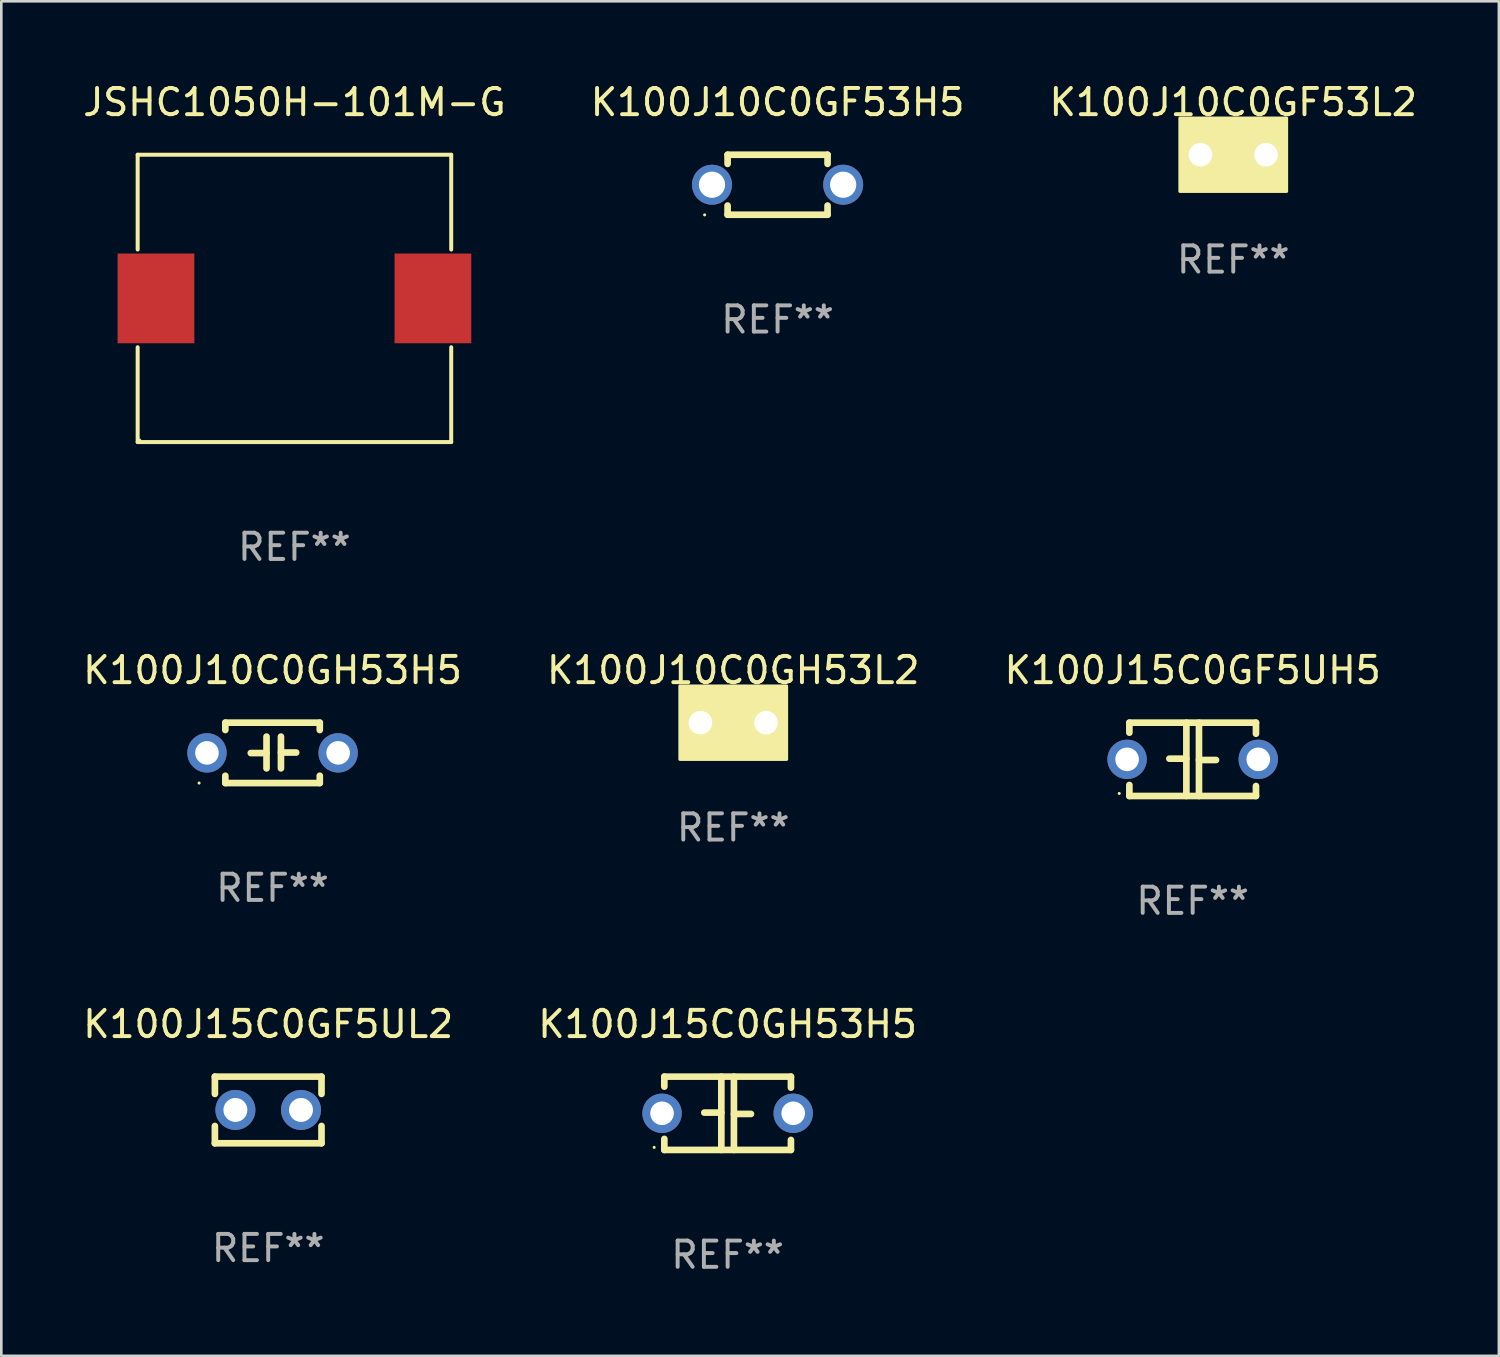
<source format=kicad_pcb>
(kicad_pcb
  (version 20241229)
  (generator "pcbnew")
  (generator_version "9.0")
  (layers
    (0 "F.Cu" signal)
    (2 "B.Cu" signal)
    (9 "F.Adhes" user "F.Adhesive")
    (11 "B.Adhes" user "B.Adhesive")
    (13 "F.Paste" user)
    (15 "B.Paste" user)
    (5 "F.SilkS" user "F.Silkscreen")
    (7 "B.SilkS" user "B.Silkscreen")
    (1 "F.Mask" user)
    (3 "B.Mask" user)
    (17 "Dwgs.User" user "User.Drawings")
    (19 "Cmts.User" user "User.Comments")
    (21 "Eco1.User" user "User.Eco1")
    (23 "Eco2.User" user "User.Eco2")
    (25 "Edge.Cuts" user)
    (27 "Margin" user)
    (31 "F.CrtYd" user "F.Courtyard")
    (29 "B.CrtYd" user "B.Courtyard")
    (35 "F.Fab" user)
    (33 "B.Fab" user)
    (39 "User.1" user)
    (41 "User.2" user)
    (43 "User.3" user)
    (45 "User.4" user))
  (footprint "K100J15C0GF5UL2"
    (layer "F.Cu")
    (at 7.173 39.258)
    (property "Reference" "K100J15C0GF5UL2" (at 0 -3.27 0) (layer "F.SilkS") (effects (font (size 1 1) (thickness 0.15))))
    (attr through_hole)
    (fp_line (start -2.032 -1.27) (end -2.032 -0.611) (stroke (width 0.254) (type solid)) (layer "F.SilkS"))
    (fp_line (start -2.032 0.611) (end -2.032 1.27) (stroke (width 0.254) (type solid)) (layer "F.SilkS"))
    (fp_line (start -2.032 1.27) (end 2.032 1.27) (stroke (width 0.254) (type solid)) (layer "F.SilkS"))
    (fp_line (start 2.032 -1.27) (end -2.032 -1.27) (stroke (width 0.254) (type solid)) (layer "F.SilkS"))
    (fp_line (start 2.032 -0.611) (end 2.032 -1.27) (stroke (width 0.254) (type solid)) (layer "F.SilkS"))
    (fp_line (start 2.032 1.27) (end 2.032 0.611) (stroke (width 0.254) (type solid)) (layer "F.SilkS"))
    (fp_circle (center -2 1.3) (end -1.97 1.3) (stroke (width 0.06) (type solid)) (fill no) (layer "F.SilkS"))
    (fp_text user "REF**" (at 0 5.27 0) (layer "F.Fab") (effects (font (size 1 1) (thickness 0.15))))
    (pad "1" thru_hole circle (at -1.25 0) (size 1.524 1.524) (drill 0.914) (layers "*.Cu" "*.Mask"))
    (pad "2" thru_hole circle (at 1.25 0) (size 1.524 1.524) (drill 0.914) (layers "*.Cu" "*.Mask")))
  (footprint "K100J15C0GF5UH5"
    (layer "F.Cu")
    (at 42.411 25.894)
    (property "Reference" "K100J15C0GF5UH5" (at 0 -3.397 0) (layer "F.SilkS") (effects (font (size 1 1) (thickness 0.15))))
    (attr through_hole)
    (fp_line (start -2.413 -1.397) (end 2.413 -1.397) (stroke (width 0.254) (type solid)) (layer "F.SilkS"))
    (fp_line (start -2.413 -1.016) (end -2.413 -1.397) (stroke (width 0.254) (type solid)) (layer "F.SilkS"))
    (fp_line (start -2.413 0.977) (end -2.413 1.397) (stroke (width 0.254) (type solid)) (layer "F.SilkS"))
    (fp_line (start -0.24 -0.025) (end -0.889 -0.025) (stroke (width 0.254) (type solid)) (layer "F.SilkS"))
    (fp_line (start -0.24 1.397) (end -0.24 -1.397) (stroke (width 0.254) (type solid)) (layer "F.SilkS"))
    (fp_line (start 0.24 -1.397) (end 0.24 1.397) (stroke (width 0.254) (type solid)) (layer "F.SilkS"))
    (fp_line (start 0.24 0.025) (end 0.889 0.025) (stroke (width 0.254) (type solid)) (layer "F.SilkS"))
    (fp_line (start 2.413 -0.977) (end 2.413 -1.397) (stroke (width 0.254) (type solid)) (layer "F.SilkS"))
    (fp_line (start 2.413 1.016) (end 2.413 1.397) (stroke (width 0.254) (type solid)) (layer "F.SilkS"))
    (fp_line (start 2.413 1.397) (end -2.413 1.397) (stroke (width 0.254) (type solid)) (layer "F.SilkS"))
    (fp_circle (center -2.8 1.3) (end -2.77 1.3) (stroke (width 0.06) (type solid)) (fill no) (layer "F.SilkS"))
    (fp_text user "REF**" (at 0 5.397 0) (layer "F.Fab") (effects (font (size 1 1) (thickness 0.15))))
    (pad "1" thru_hole circle (at -2.5 0) (size 1.5 1.5) (drill 0.9) (layers "*.Cu" "*.Mask"))
    (pad "2" thru_hole circle (at 2.5 0) (size 1.5 1.5) (drill 0.9) (layers "*.Cu" "*.Mask")))
  (footprint "JSHC1050H-101M-G"
    (layer "F.Cu")
    (at 8.173 8.324)
    (property "Reference" "JSHC1050H-101M-G" (at 0 -7.476 0) (layer "F.SilkS") (effects (font (size 1 1) (thickness 0.15))))
    (attr through_hole)
    (fp_line (start -5.976 -5.476) (end 5.976 -5.476) (stroke (width 0.152) (type solid)) (layer "F.SilkS"))
    (fp_line (start -5.976 -1.862) (end -5.976 -5.476) (stroke (width 0.152) (type solid)) (layer "F.SilkS"))
    (fp_line (start -5.976 1.862) (end -5.976 5.476) (stroke (width 0.152) (type solid)) (layer "F.SilkS"))
    (fp_line (start -5.976 5.476) (end 5.976 5.476) (stroke (width 0.152) (type solid)) (layer "F.SilkS"))
    (fp_line (start 5.976 -5.476) (end 5.976 -1.862) (stroke (width 0.152) (type solid)) (layer "F.SilkS"))
    (fp_line (start 5.976 5.476) (end 5.976 1.862) (stroke (width 0.152) (type solid)) (layer "F.SilkS"))
    (fp_circle (center -5.9 5.4) (end -5.87 5.4) (stroke (width 0.06) (type solid)) (fill no) (layer "F.SilkS"))
    (fp_text user "REF**" (at 0 9.476 0) (layer "F.Fab") (effects (font (size 1 1) (thickness 0.15))))
    (pad "1" smd rect (at 5.278 0) (size 2.924 3.42) (layers "F.Cu" "F.Mask" "F.Paste"))
    (pad "2" smd rect (at -5.278 0) (size 2.924 3.42) (layers "F.Cu" "F.Mask" "F.Paste")))
  (footprint "K100J10C0GF53L2"
    (layer "F.Cu")
    (at 43.958 2.848)
    (property "Reference" "K100J10C0GF53L2" (at 0 -2 0) (layer "F.SilkS") (effects (font (size 1 1) (thickness 0.15))))
    (attr through_hole)
    (fp_circle (center -1.8 1.15) (end -1.77 1.15) (stroke (width 0.06) (type solid)) (fill no) (layer "F.SilkS"))
    (fp_poly (pts (xy -2.032 -1.397) (xy 2.032 -1.397) (xy 2.032 1.397) (xy -2.032 1.397)) (stroke (width 0.12) (type solid)) (fill yes) (layer "F.SilkS"))
    (fp_text user "REF**" (at 0 4 0) (layer "F.Fab") (effects (font (size 1 1) (thickness 0.15))))
    (pad "1" thru_hole circle (at -1.25 0) (size 1.5 1.5) (drill 0.9) (layers "*.Cu" "*.Mask"))
    (pad "2" thru_hole circle (at 1.25 0) (size 1.5 1.5) (drill 0.9) (layers "*.Cu" "*.Mask")))
  (footprint "K100J10C0GH53H5"
    (layer "F.Cu")
    (at 7.339 25.647)
    (property "Reference" "K100J10C0GH53H5" (at 0 -3.15 0) (layer "F.SilkS") (effects (font (size 1 1) (thickness 0.15))))
    (attr through_hole)
    (fp_line (start -1.8 -1.15) (end -1.8 -0.872) (stroke (width 0.254) (type solid)) (layer "F.SilkS"))
    (fp_line (start -1.8 -1.15) (end 1.8 -1.15) (stroke (width 0.254) (type solid)) (layer "F.SilkS"))
    (fp_line (start -1.8 0.872) (end -1.8 1.15) (stroke (width 0.254) (type solid)) (layer "F.SilkS"))
    (fp_line (start -1.8 1.15) (end 1.8 1.15) (stroke (width 0.254) (type solid)) (layer "F.SilkS"))
    (fp_line (start -0.23 -0.62) (end -0.23 0.59) (stroke (width 0.254) (type solid)) (layer "F.SilkS"))
    (fp_line (start -0.23 0.007) (end -0.83 0.007) (stroke (width 0.254) (type solid)) (layer "F.SilkS"))
    (fp_line (start 0.32 -0.62) (end 0.32 0.59) (stroke (width 0.254) (type solid)) (layer "F.SilkS"))
    (fp_line (start 0.32 -0.012) (end 0.9 -0.012) (stroke (width 0.254) (type solid)) (layer "F.SilkS"))
    (fp_line (start 1.8 -1.15) (end 1.8 -0.872) (stroke (width 0.254) (type solid)) (layer "F.SilkS"))
    (fp_line (start 1.8 0.872) (end 1.8 1.15) (stroke (width 0.254) (type solid)) (layer "F.SilkS"))
    (fp_circle (center -2.8 1.15) (end -2.77 1.15) (stroke (width 0.06) (type solid)) (fill no) (layer "F.SilkS"))
    (fp_text user "REF**" (at 0 5.15 0) (layer "F.Fab") (effects (font (size 1 1) (thickness 0.15))))
    (pad "1" thru_hole circle (at -2.5 0) (size 1.5 1.5) (drill 0.9) (layers "*.Cu" "*.Mask"))
    (pad "2" thru_hole circle (at 2.5 0) (size 1.5 1.5) (drill 0.9) (layers "*.Cu" "*.Mask")))
  (footprint "K100J10C0GH53L2"
    (layer "F.Cu")
    (at 24.899 24.497)
    (property "Reference" "K100J10C0GH53L2" (at 0 -2 0) (layer "F.SilkS") (effects (font (size 1 1) (thickness 0.15))))
    (attr through_hole)
    (fp_circle (center -1.8 1.15) (end -1.77 1.15) (stroke (width 0.06) (type solid)) (fill no) (layer "F.SilkS"))
    (fp_poly (pts (xy -2.032 -1.397) (xy 2.032 -1.397) (xy 2.032 1.397) (xy -2.032 1.397)) (stroke (width 0.12) (type solid)) (fill yes) (layer "F.SilkS"))
    (fp_text user "REF**" (at 0 4 0) (layer "F.Fab") (effects (font (size 1 1) (thickness 0.15))))
    (pad "1" thru_hole circle (at -1.25 0) (size 1.5 1.5) (drill 0.9) (layers "*.Cu" "*.Mask"))
    (pad "2" thru_hole circle (at 1.25 0) (size 1.5 1.5) (drill 0.9) (layers "*.Cu" "*.Mask")))
  (footprint "K100J10C0GF53H5"
    (layer "F.Cu")
    (at 26.589 3.991)
    (property "Reference" "K100J10C0GF53H5" (at 0 -3.143 0) (layer "F.SilkS") (effects (font (size 1 1) (thickness 0.15))))
    (attr through_hole)
    (fp_line (start -1.905 -1.143) (end 1.905 -1.143) (stroke (width 0.254) (type solid)) (layer "F.SilkS"))
    (fp_line (start -1.905 -0.795) (end -1.905 -1.143) (stroke (width 0.254) (type solid)) (layer "F.SilkS"))
    (fp_line (start -1.905 1.143) (end -1.905 0.795) (stroke (width 0.254) (type solid)) (layer "F.SilkS"))
    (fp_line (start 1.905 -1.143) (end 1.905 -0.795) (stroke (width 0.254) (type solid)) (layer "F.SilkS"))
    (fp_line (start 1.905 0.795) (end 1.905 1.143) (stroke (width 0.254) (type solid)) (layer "F.SilkS"))
    (fp_line (start 1.905 1.143) (end -1.905 1.143) (stroke (width 0.254) (type solid)) (layer "F.SilkS"))
    (fp_circle (center -2.781 1.15) (end -2.751 1.15) (stroke (width 0.06) (type solid)) (fill no) (layer "F.SilkS"))
    (fp_text user "REF**" (at 0 5.143 0) (layer "F.Fab") (effects (font (size 1 1) (thickness 0.15))))
    (pad "1" thru_hole circle (at -2.5 0) (size 1.524 1.524) (drill 1) (layers "*.Cu" "*.Mask"))
    (pad "2" thru_hole circle (at 2.5 0) (size 1.524 1.524) (drill 1) (layers "*.Cu" "*.Mask")))
  (footprint "K100J15C0GH53H5"
    (layer "F.Cu")
    (at 24.685 39.385)
    (property "Reference" "K100J15C0GH53H5" (at 0 -3.397 0) (layer "F.SilkS") (effects (font (size 1 1) (thickness 0.15))))
    (attr through_hole)
    (fp_line (start -2.413 -1.397) (end 2.413 -1.397) (stroke (width 0.254) (type solid)) (layer "F.SilkS"))
    (fp_line (start -2.413 -1.016) (end -2.413 -1.397) (stroke (width 0.254) (type solid)) (layer "F.SilkS"))
    (fp_line (start -2.413 0.977) (end -2.413 1.397) (stroke (width 0.254) (type solid)) (layer "F.SilkS"))
    (fp_line (start -0.24 -0.025) (end -0.889 -0.025) (stroke (width 0.254) (type solid)) (layer "F.SilkS"))
    (fp_line (start -0.24 1.397) (end -0.24 -1.397) (stroke (width 0.254) (type solid)) (layer "F.SilkS"))
    (fp_line (start 0.24 -1.397) (end 0.24 1.397) (stroke (width 0.254) (type solid)) (layer "F.SilkS"))
    (fp_line (start 0.24 0.025) (end 0.889 0.025) (stroke (width 0.254) (type solid)) (layer "F.SilkS"))
    (fp_line (start 2.413 -0.977) (end 2.413 -1.397) (stroke (width 0.254) (type solid)) (layer "F.SilkS"))
    (fp_line (start 2.413 1.016) (end 2.413 1.397) (stroke (width 0.254) (type solid)) (layer "F.SilkS"))
    (fp_line (start 2.413 1.397) (end -2.413 1.397) (stroke (width 0.254) (type solid)) (layer "F.SilkS"))
    (fp_circle (center -2.8 1.3) (end -2.77 1.3) (stroke (width 0.06) (type solid)) (fill no) (layer "F.SilkS"))
    (fp_text user "REF**" (at 0 5.397 0) (layer "F.Fab") (effects (font (size 1 1) (thickness 0.15))))
    (pad "1" thru_hole circle (at -2.5 0) (size 1.5 1.5) (drill 0.9) (layers "*.Cu" "*.Mask"))
    (pad "2" thru_hole circle (at 2.5 0) (size 1.5 1.5) (drill 0.9) (layers "*.Cu" "*.Mask")))
  (gr_rect
    (start -3 -3)
    (end 54.083 48.63)
    (stroke (width 0.1) (type default))
    (fill no)
    (layer "Edge.Cuts")))
</source>
